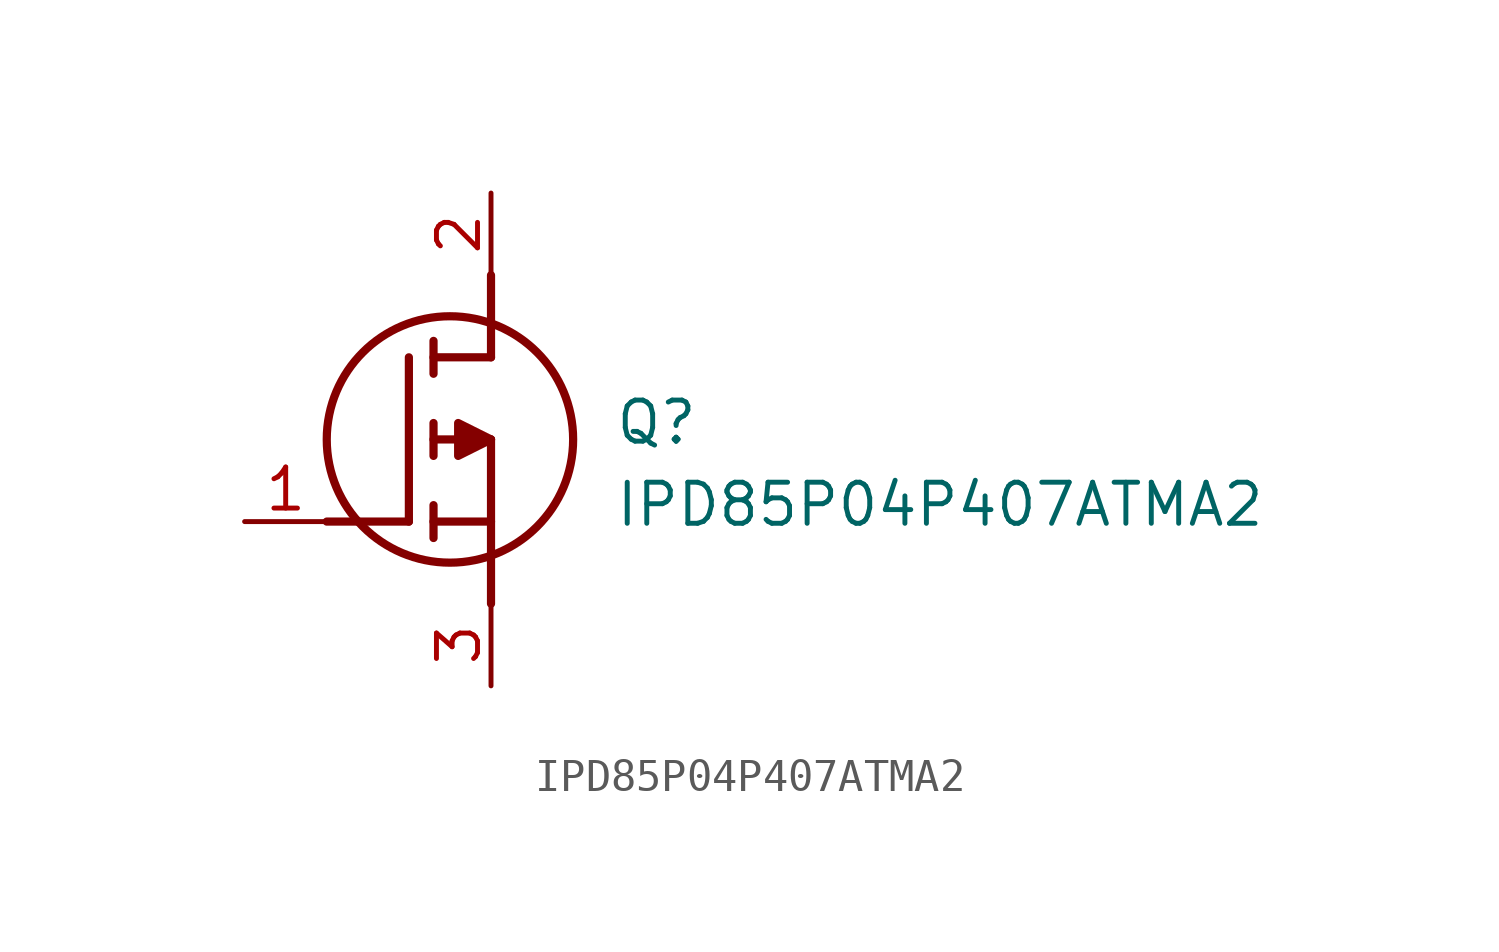
<source format=kicad_sym>
(kicad_symbol_lib
  (version 20211014)
  (generator SamacSys_ECAD_Model)
  (symbol "IPD85P04P407ATMA2"
    (pin_names hide)
    (property "Reference" "Q"
      (at 11.43 3.81 0)
      (effects (font (size 1.27 1.27)) (justify left top)))
    (property "Value" "IPD85P04P407ATMA2"
      (at 11.43 1.27 0)
      (effects (font (size 1.27 1.27)) (justify left top)))
    (polyline
      (pts (xy 7.62 2.54) (xy 7.62 -2.54))
      (stroke (width 0.254) (type default))
      (fill (type none)))
    (polyline
      (pts (xy 7.62 5.08) (xy 7.62 7.62))
      (stroke (width 0.254) (type default))
      (fill (type none)))
    (polyline
      (pts (xy 2.54 0) (xy 5.08 0))
      (stroke (width 0.254) (type default))
      (fill (type none)))
    (polyline
      (pts (xy 5.08 5.08) (xy 5.08 0))
      (stroke (width 0.254) (type default))
      (fill (type none)))
    (polyline
      (pts (xy 7.62 2.54) (xy 5.842 2.54))
      (stroke (width 0.254) (type default))
      (fill (type none)))
    (polyline
      (pts (xy 7.62 5.08) (xy 5.842 5.08))
      (stroke (width 0.254) (type default))
      (fill (type none)))
    (polyline
      (pts (xy 5.842 0) (xy 7.62 0))
      (stroke (width 0.254) (type default))
      (fill (type none)))
    (polyline
      (pts (xy 5.842 5.588) (xy 5.842 4.572))
      (stroke (width 0.254) (type default))
      (fill (type none)))
    (polyline
      (pts (xy 5.842 -0.508) (xy 5.842 0.508))
      (stroke (width 0.254) (type default))
      (fill (type none)))
    (polyline
      (pts (xy 5.842 2.032) (xy 5.842 3.048))
      (stroke (width 0.254) (type default))
      (fill (type none)))
    (circle
      (center 6.35 2.54)
      (radius 3.81)
      (stroke (width 0.254) (type default))
      (fill (type none)))
    (polyline
      (pts (xy 7.62 2.54) (xy 6.604 3.048) (xy 6.604 2.032) (xy 7.62 2.54))
      (stroke (width 0.254) (type default))
      (fill (type outline)))
    (pin passive line
      (at 0 0 0)
      (length 2.54)
      (name "G" (effects (font (size 1.27 1.27))))
      (number "1" (effects (font (size 1.27 1.27)))))
    (pin passive line
      (at 7.62 10.16 270)
      (length 2.54)
      (name "D" (effects (font (size 1.27 1.27))))
      (number "2" (effects (font (size 1.27 1.27)))))
    (pin passive line
      (at 7.62 -5.08 90)
      (length 2.54)
      (name "S" (effects (font (size 1.27 1.27))))
      (number "3" (effects (font (size 1.27 1.27)))))))
</source>
